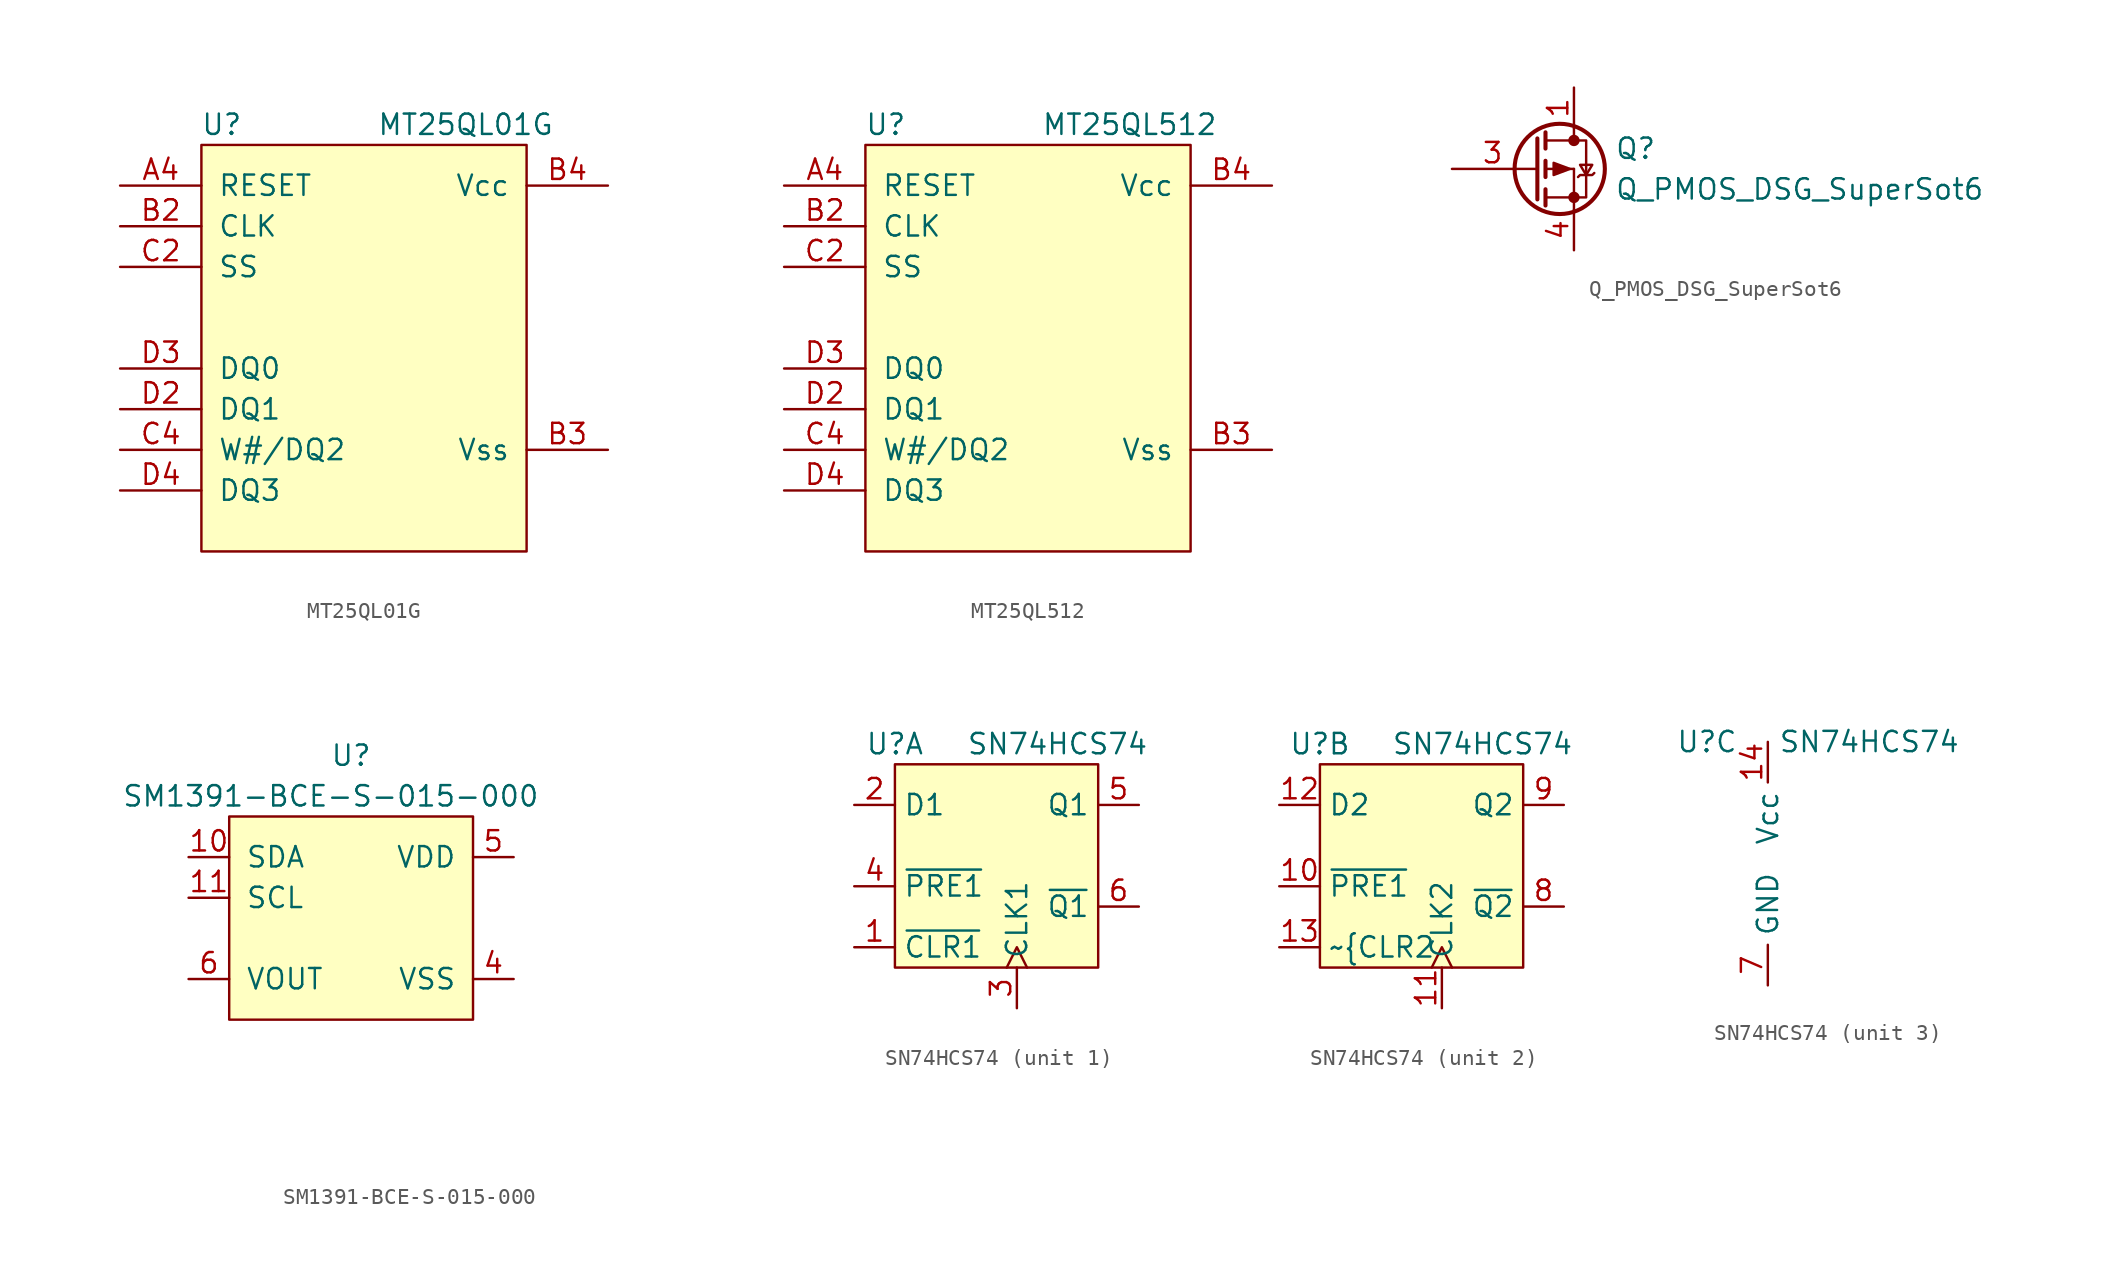
<source format=kicad_sym>
(kicad_symbol_lib
  (version 20211014)
  (generator kicad_symbol_editor)
  (symbol "MT25QL01G"
    (pin_names
      (offset 1.016))
    (property "Reference" "U"
      (at -10.16 8.89 0)
      (effects (font (size 1.27 1.27))))
    (property "Value" "MT25QL01G"
      (at 5.08 8.89 0)
      (effects (font (size 1.27 1.27))))
    (symbol "MT25QL01G_0_1"
      (rectangle (start -11.43 7.62) (end 8.89 -17.78) (stroke (width 0) (type default) (color 0 0 0 0)) (fill (type background))))
    (symbol "MT25QL01G_1_1"
      (pin input line (at -16.51 5.08 0) (length 5.08) (name "RESET" (effects (font (size 1.27 1.27)))) (number "A4" (effects (font (size 1.27 1.27)))))
      (pin input line (at -16.51 2.54 0) (length 5.08) (name "CLK" (effects (font (size 1.27 1.27)))) (number "B2" (effects (font (size 1.27 1.27)))))
      (pin power_in line (at 13.97 -11.43 180) (length 5.08) (name "Vss" (effects (font (size 1.27 1.27)))) (number "B3" (effects (font (size 1.27 1.27)))))
      (pin power_in line (at 13.97 5.08 180) (length 5.08) (name "Vcc" (effects (font (size 1.27 1.27)))) (number "B4" (effects (font (size 1.27 1.27)))))
      (pin input line (at -16.51 0 0) (length 5.08) (name "SS" (effects (font (size 1.27 1.27)))) (number "C2" (effects (font (size 1.27 1.27)))))
      (pin bidirectional line (at -16.51 -11.43 0) (length 5.08) (name "W#/DQ2" (effects (font (size 1.27 1.27)))) (number "C4" (effects (font (size 1.27 1.27)))))
      (pin bidirectional line (at -16.51 -8.89 0) (length 5.08) (name "DQ1" (effects (font (size 1.27 1.27)))) (number "D2" (effects (font (size 1.27 1.27)))))
      (pin bidirectional line (at -16.51 -6.35 0) (length 5.08) (name "DQ0" (effects (font (size 1.27 1.27)))) (number "D3" (effects (font (size 1.27 1.27)))))
      (pin bidirectional line (at -16.51 -13.97 0) (length 5.08) (name "DQ3" (effects (font (size 1.27 1.27)))) (number "D4" (effects (font (size 1.27 1.27)))))))
  (symbol "MT25QL512"
    (pin_names
      (offset 1.016))
    (property "Reference" "U"
      (at -10.16 8.89 0)
      (effects (font (size 1.27 1.27))))
    (property "Value" "MT25QL512"
      (at 5.08 8.89 0)
      (effects (font (size 1.27 1.27))))
    (symbol "MT25QL512_0_1"
      (rectangle (start -11.43 7.62) (end 8.89 -17.78) (stroke (width 0) (type default) (color 0 0 0 0)) (fill (type background))))
    (symbol "MT25QL512_1_1"
      (pin input line (at -16.51 5.08 0) (length 5.08) (name "RESET" (effects (font (size 1.27 1.27)))) (number "A4" (effects (font (size 1.27 1.27)))))
      (pin input line (at -16.51 2.54 0) (length 5.08) (name "CLK" (effects (font (size 1.27 1.27)))) (number "B2" (effects (font (size 1.27 1.27)))))
      (pin power_in line (at 13.97 -11.43 180) (length 5.08) (name "Vss" (effects (font (size 1.27 1.27)))) (number "B3" (effects (font (size 1.27 1.27)))))
      (pin power_in line (at 13.97 5.08 180) (length 5.08) (name "Vcc" (effects (font (size 1.27 1.27)))) (number "B4" (effects (font (size 1.27 1.27)))))
      (pin input line (at -16.51 0 0) (length 5.08) (name "SS" (effects (font (size 1.27 1.27)))) (number "C2" (effects (font (size 1.27 1.27)))))
      (pin bidirectional line (at -16.51 -11.43 0) (length 5.08) (name "W#/DQ2" (effects (font (size 1.27 1.27)))) (number "C4" (effects (font (size 1.27 1.27)))))
      (pin bidirectional line (at -16.51 -8.89 0) (length 5.08) (name "DQ1" (effects (font (size 1.27 1.27)))) (number "D2" (effects (font (size 1.27 1.27)))))
      (pin bidirectional line (at -16.51 -6.35 0) (length 5.08) (name "DQ0" (effects (font (size 1.27 1.27)))) (number "D3" (effects (font (size 1.27 1.27)))))
      (pin bidirectional line (at -16.51 -13.97 0) (length 5.08) (name "DQ3" (effects (font (size 1.27 1.27)))) (number "D4" (effects (font (size 1.27 1.27)))))))
  (symbol "Q_PMOS_DSG_SuperSot6"
    (pin_names
      (offset 0) hide)
    (property "Reference" "Q"
      (at 5.08 1.27 0)
      (effects (font (size 1.27 1.27)) (justify left)))
    (property "Value" "Q_PMOS_DSG_SuperSot6"
      (at 5.08 -1.27 0)
      (effects (font (size 1.27 1.27)) (justify left)))
    (symbol "Q_PMOS_DSG_SuperSot6_0_0"
      (pin passive line (at 2.54 5.08 270) (length 2.54) hide (name "D" (effects (font (size 1.27 1.27)))) (number "2" (effects (font (size 1.27 1.27)))))
      (pin passive line (at 2.54 5.08 270) (length 2.54) hide (name "D" (effects (font (size 1.27 1.27)))) (number "5" (effects (font (size 1.27 1.27)))))
      (pin passive line (at 2.54 5.08 270) (length 2.54) hide (name "D" (effects (font (size 1.27 1.27)))) (number "6" (effects (font (size 1.27 1.27))))))
    (symbol "Q_PMOS_DSG_SuperSot6_0_1"
      (polyline (pts (xy 0.051 0) (xy 0.254 0)) (stroke (width 0) (type default) (color 0 0 0 0)) (fill (type none)))
      (polyline (pts (xy 0.762 -1.778) (xy 2.54 -1.778)) (stroke (width 0) (type default) (color 0 0 0 0)) (fill (type none)))
      (polyline (pts (xy 0.762 -1.27) (xy 0.762 -2.286)) (stroke (width 0.254) (type default) (color 0 0 0 0)) (fill (type none)))
      (polyline (pts (xy 0.762 0) (xy 2.54 0)) (stroke (width 0) (type default) (color 0 0 0 0)) (fill (type none)))
      (polyline (pts (xy 0.762 0.508) (xy 0.762 -0.508)) (stroke (width 0.254) (type default) (color 0 0 0 0)) (fill (type none)))
      (polyline (pts (xy 0.762 1.778) (xy 2.54 1.778)) (stroke (width 0) (type default) (color 0 0 0 0)) (fill (type none)))
      (polyline (pts (xy 0.762 2.286) (xy 0.762 1.27)) (stroke (width 0.254) (type default) (color 0 0 0 0)) (fill (type none)))
      (polyline (pts (xy 2.54 -1.778) (xy 2.54 -2.54)) (stroke (width 0) (type default) (color 0 0 0 0)) (fill (type none)))
      (polyline (pts (xy 2.54 -1.778) (xy 2.54 0)) (stroke (width 0) (type default) (color 0 0 0 0)) (fill (type none)))
      (polyline (pts (xy 2.54 2.54) (xy 2.54 1.778)) (stroke (width 0) (type default) (color 0 0 0 0)) (fill (type none)))
      (polyline (pts (xy 0.254 1.905) (xy 0.254 -1.905) (xy 0.254 -1.905)) (stroke (width 0.254) (type default) (color 0 0 0 0)) (fill (type none)))
      (polyline (pts (xy 2.286 0) (xy 1.27 -0.381) (xy 1.27 0.381) (xy 2.286 0)) (stroke (width 0) (type default) (color 0 0 0 0)) (fill (type outline)))
      (polyline (pts (xy 2.54 -1.778) (xy 3.302 -1.778) (xy 3.302 1.778) (xy 2.54 1.778)) (stroke (width 0) (type default) (color 0 0 0 0)) (fill (type none)))
      (polyline (pts (xy 2.794 -0.508) (xy 2.921 -0.381) (xy 3.683 -0.381) (xy 3.81 -0.254)) (stroke (width 0) (type default) (color 0 0 0 0)) (fill (type none)))
      (polyline (pts (xy 3.302 -0.381) (xy 2.921 0.254) (xy 3.683 0.254) (xy 3.302 -0.381)) (stroke (width 0) (type default) (color 0 0 0 0)) (fill (type none)))
      (circle (center 1.651 0) (radius 2.819) (stroke (width 0.254) (type default) (color 0 0 0 0)) (fill (type none)))
      (circle (center 2.54 -1.778) (radius 0.279) (stroke (width 0) (type default) (color 0 0 0 0)) (fill (type outline)))
      (circle (center 2.54 1.778) (radius 0.279) (stroke (width 0) (type default) (color 0 0 0 0)) (fill (type outline))))
    (symbol "Q_PMOS_DSG_SuperSot6_1_1"
      (pin passive line (at 2.54 5.08 270) (length 2.54) (name "D" (effects (font (size 1.27 1.27)))) (number "1" (effects (font (size 1.27 1.27)))))
      (pin input line (at -5.08 0 0) (length 5.08) (name "G" (effects (font (size 1.27 1.27)))) (number "3" (effects (font (size 1.27 1.27)))))
      (pin passive line (at 2.54 -5.08 90) (length 2.54) (name "S" (effects (font (size 1.27 1.27)))) (number "4" (effects (font (size 1.27 1.27)))))))
  (symbol "SM1391-BCE-S-015-000"
    (pin_names
      (offset 1.016))
    (property "Reference" "U"
      (at 0 10.16 0)
      (effects (font (size 1.27 1.27))))
    (property "Value" "SM1391-BCE-S-015-000"
      (at -1.27 7.62 0)
      (effects (font (size 1.27 1.27))))
    (symbol "SM1391-BCE-S-015-000_0_1"
      (rectangle (start -7.62 6.35) (end 7.62 -6.35) (stroke (width 0) (type default) (color 0 0 0 0)) (fill (type background))))
    (symbol "SM1391-BCE-S-015-000_1_1"
      (pin no_connect line (at -3.81 -13.97 90) (length 2.54) hide (name "NC" (effects (font (size 1.27 1.27)))) (number "1" (effects (font (size 1.27 1.27)))))
      (pin bidirectional line (at -10.16 3.81 0) (length 2.54) (name "SDA" (effects (font (size 1.27 1.27)))) (number "10" (effects (font (size 1.27 1.27)))))
      (pin bidirectional line (at -10.16 1.27 0) (length 2.54) (name "SCL" (effects (font (size 1.27 1.27)))) (number "11" (effects (font (size 1.27 1.27)))))
      (pin no_connect line (at 11.43 -13.97 90) (length 2.54) hide (name "NC" (effects (font (size 1.27 1.27)))) (number "12" (effects (font (size 1.27 1.27)))))
      (pin no_connect line (at 13.97 -13.97 90) (length 2.54) hide (name "NC" (effects (font (size 1.27 1.27)))) (number "13" (effects (font (size 1.27 1.27)))))
      (pin no_connect line (at 16.51 -13.97 90) (length 2.54) hide (name "NC" (effects (font (size 1.27 1.27)))) (number "14" (effects (font (size 1.27 1.27)))))
      (pin no_connect line (at 19.05 -13.97 90) (length 2.54) hide (name "NC" (effects (font (size 1.27 1.27)))) (number "15" (effects (font (size 1.27 1.27)))))
      (pin no_connect line (at 21.59 -13.97 90) (length 2.54) hide (name "NC" (effects (font (size 1.27 1.27)))) (number "16" (effects (font (size 1.27 1.27)))))
      (pin no_connect line (at -1.27 -13.97 90) (length 2.54) hide (name "NC" (effects (font (size 1.27 1.27)))) (number "2" (effects (font (size 1.27 1.27)))))
      (pin no_connect line (at 1.27 -13.97 90) (length 2.54) hide (name "NC" (effects (font (size 1.27 1.27)))) (number "3" (effects (font (size 1.27 1.27)))))
      (pin bidirectional line (at 10.16 -3.81 180) (length 2.54) (name "VSS" (effects (font (size 1.27 1.27)))) (number "4" (effects (font (size 1.27 1.27)))))
      (pin bidirectional line (at 10.16 3.81 180) (length 2.54) (name "VDD" (effects (font (size 1.27 1.27)))) (number "5" (effects (font (size 1.27 1.27)))))
      (pin bidirectional line (at -10.16 -3.81 0) (length 2.54) (name "VOUT" (effects (font (size 1.27 1.27)))) (number "6" (effects (font (size 1.27 1.27)))))
      (pin no_connect line (at 3.81 -13.97 90) (length 2.54) hide (name "NC" (effects (font (size 1.27 1.27)))) (number "7" (effects (font (size 1.27 1.27)))))
      (pin no_connect line (at 6.35 -13.97 90) (length 2.54) hide (name "NC" (effects (font (size 1.27 1.27)))) (number "8" (effects (font (size 1.27 1.27)))))
      (pin no_connect line (at 8.89 -13.97 90) (length 2.54) hide (name "NC" (effects (font (size 1.27 1.27)))) (number "9" (effects (font (size 1.27 1.27)))))))
  (symbol "SN74HCS74"
    (property "Reference" "U"
      (at -6.35 7.62 0)
      (effects (font (size 1.27 1.27))))
    (property "Value" "SN74HCS74"
      (at 3.81 7.62 0)
      (effects (font (size 1.27 1.27))))
    (property "ki_locked" ""
      (at 0 0 0)
      (effects (font (size 1.27 1.27))))
    (symbol "SN74HCS74_1_1"
      (rectangle (start -6.35 6.35) (end 6.35 -6.35) (stroke (width 0.152) (type default) (color 0 0 0 0)) (fill (type background)))
      (pin input line (at -8.89 -5.08 0) (length 2.54) (name "~{CLR1}" (effects (font (size 1.27 1.27)))) (number "1" (effects (font (size 1.27 1.27)))))
      (pin input line (at -8.89 3.81 0) (length 2.54) (name "D1" (effects (font (size 1.27 1.27)))) (number "2" (effects (font (size 1.27 1.27)))))
      (pin input clock (at 1.27 -8.89 90) (length 2.54) (name "CLK1" (effects (font (size 1.27 1.27)))) (number "3" (effects (font (size 1.27 1.27)))))
      (pin input line (at -8.89 -1.27 0) (length 2.54) (name "~{PRE1}" (effects (font (size 1.27 1.27)))) (number "4" (effects (font (size 1.27 1.27)))))
      (pin output line (at 8.89 3.81 180) (length 2.54) (name "Q1" (effects (font (size 1.27 1.27)))) (number "5" (effects (font (size 1.27 1.27)))))
      (pin output line (at 8.89 -2.54 180) (length 2.54) (name "~{Q1}" (effects (font (size 1.27 1.27)))) (number "6" (effects (font (size 1.27 1.27))))))
    (symbol "SN74HCS74_2_1"
      (rectangle (start -6.35 6.35) (end 6.35 -6.35) (stroke (width 0.152) (type default) (color 0 0 0 0)) (fill (type background)))
      (pin input line (at -8.89 -1.27 0) (length 2.54) (name "~{PRE1}" (effects (font (size 1.27 1.27)))) (number "10" (effects (font (size 1.27 1.27)))))
      (pin input clock (at 1.27 -8.89 90) (length 2.54) (name "CLK2" (effects (font (size 1.27 1.27)))) (number "11" (effects (font (size 1.27 1.27)))))
      (pin input line (at -8.89 3.81 0) (length 2.54) (name "D2" (effects (font (size 1.27 1.27)))) (number "12" (effects (font (size 1.27 1.27)))))
      (pin input line (at -8.89 -5.08 0) (length 2.54) (name "~{CLR2" (effects (font (size 1.27 1.27)))) (number "13" (effects (font (size 1.27 1.27)))))
      (pin output line (at 8.89 -2.54 180) (length 2.54) (name "~{Q2}" (effects (font (size 1.27 1.27)))) (number "8" (effects (font (size 1.27 1.27)))))
      (pin output line (at 8.89 3.81 180) (length 2.54) (name "Q2" (effects (font (size 1.27 1.27)))) (number "9" (effects (font (size 1.27 1.27))))))
    (symbol "SN74HCS74_3_1"
      (pin power_in line (at -2.54 7.62 270) (length 2.54) (name "Vcc" (effects (font (size 1.27 1.27)))) (number "14" (effects (font (size 1.27 1.27)))))
      (pin power_in line (at -2.54 -7.62 90) (length 2.54) (name "GND" (effects (font (size 1.27 1.27)))) (number "7" (effects (font (size 1.27 1.27))))))))
</source>
